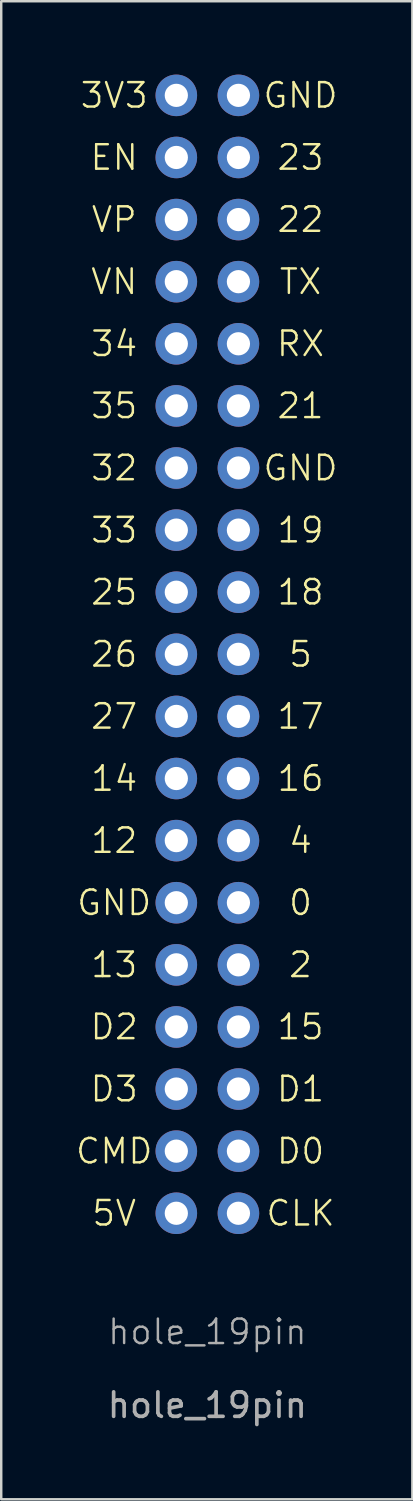
<source format=kicad_pcb>
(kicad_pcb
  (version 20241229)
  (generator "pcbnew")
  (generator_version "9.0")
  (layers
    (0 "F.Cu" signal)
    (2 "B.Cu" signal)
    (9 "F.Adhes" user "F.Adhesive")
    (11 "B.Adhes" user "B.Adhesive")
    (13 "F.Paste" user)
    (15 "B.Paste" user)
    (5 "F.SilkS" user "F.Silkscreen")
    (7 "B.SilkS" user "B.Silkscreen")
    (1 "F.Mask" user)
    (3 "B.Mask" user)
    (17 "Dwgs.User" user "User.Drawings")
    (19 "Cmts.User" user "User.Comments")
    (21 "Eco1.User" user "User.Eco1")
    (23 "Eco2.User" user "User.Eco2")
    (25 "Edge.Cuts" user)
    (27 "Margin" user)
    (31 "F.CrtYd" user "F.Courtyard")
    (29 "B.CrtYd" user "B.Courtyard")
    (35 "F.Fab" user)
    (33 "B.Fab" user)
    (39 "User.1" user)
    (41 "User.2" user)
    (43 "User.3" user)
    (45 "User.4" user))
  (footprint "hole_19pin"
    (layer "F.Cu")
    (at 5.431 23.71)
    (property "Reference" "hole_19pin" (at 0 27.71 0) (unlocked yes) (layer "F.Fab") (effects (font (size 1 1) (thickness 0.1))))
    (attr through_hole)
    (fp_text user "CLK" (at 3.81 22.86 0) (unlocked yes) (layer "F.SilkS") (effects (font (size 1 1) (thickness 0.1))))
    (fp_text user "34" (at -3.81 -12.7 0) (unlocked yes) (layer "F.SilkS") (effects (font (size 1 1) (thickness 0.1))))
    (fp_text user "22" (at 3.81 -17.78 0) (unlocked yes) (layer "F.SilkS") (effects (font (size 1 1) (thickness 0.1))))
    (fp_text user "18" (at 3.81 -2.54 0) (unlocked yes) (layer "F.SilkS") (effects (font (size 1 1) (thickness 0.1))))
    (fp_text user "14" (at -3.81 5.08 0) (unlocked yes) (layer "F.SilkS") (effects (font (size 1 1) (thickness 0.1))))
    (fp_text user "5" (at 3.81 0 0) (unlocked yes) (layer "F.SilkS") (effects (font (size 1 1) (thickness 0.1))))
    (fp_text user "17" (at 3.81 2.54 0) (unlocked yes) (layer "F.SilkS") (effects (font (size 1 1) (thickness 0.1))))
    (fp_text user "33" (at -3.81 -5.08 0) (unlocked yes) (layer "F.SilkS") (effects (font (size 1 1) (thickness 0.1))))
    (fp_text user "0" (at 3.81 10.16 0) (unlocked yes) (layer "F.SilkS") (effects (font (size 1 1) (thickness 0.1))))
    (fp_text user "TX" (at 3.81 -15.24 0) (unlocked yes) (layer "F.SilkS") (effects (font (size 1 1) (thickness 0.1))))
    (fp_text user "D0" (at 3.81 20.32 0) (unlocked yes) (layer "F.SilkS") (effects (font (size 1 1) (thickness 0.1))))
    (fp_text user "12" (at -3.81 7.62 0) (unlocked yes) (layer "F.SilkS") (effects (font (size 1 1) (thickness 0.1))))
    (fp_text user "13" (at -3.81 12.7 0) (unlocked yes) (layer "F.SilkS") (effects (font (size 1 1) (thickness 0.1))))
    (fp_text user "15" (at 3.81 15.24 0) (unlocked yes) (layer "F.SilkS") (effects (font (size 1 1) (thickness 0.1))))
    (fp_text user "26" (at -3.81 0 0) (unlocked yes) (layer "F.SilkS") (effects (font (size 1 1) (thickness 0.1))))
    (fp_text user "GND" (at 3.81 -7.62 0) (unlocked yes) (layer "F.SilkS") (effects (font (size 1 1) (thickness 0.1))))
    (fp_text user "16" (at 3.81 5.08 0) (unlocked yes) (layer "F.SilkS") (effects (font (size 1 1) (thickness 0.1))))
    (fp_text user "27" (at -3.81 2.54 0) (unlocked yes) (layer "F.SilkS") (effects (font (size 1 1) (thickness 0.1))))
    (fp_text user "EN" (at -3.81 -20.32 0) (unlocked yes) (layer "F.SilkS") (effects (font (size 1 1) (thickness 0.1))))
    (fp_text user "D1" (at 3.81 17.78 0) (unlocked yes) (layer "F.SilkS") (effects (font (size 1 1) (thickness 0.1))))
    (fp_text user "GND" (at -3.81 10.16 0) (unlocked yes) (layer "F.SilkS") (effects (font (size 1 1) (thickness 0.1))))
    (fp_text user "VN" (at -3.81 -15.24 0) (unlocked yes) (layer "F.SilkS") (effects (font (size 1 1) (thickness 0.1))))
    (fp_text user "CMD" (at -3.81 20.32 0) (unlocked yes) (layer "F.SilkS") (effects (font (size 1 1) (thickness 0.1))))
    (fp_text user "4" (at 3.81 7.62 0) (unlocked yes) (layer "F.SilkS") (effects (font (size 1 1) (thickness 0.1))))
    (fp_text user "21" (at 3.81 -10.16 0) (unlocked yes) (layer "F.SilkS") (effects (font (size 1 1) (thickness 0.1))))
    (fp_text user "D2" (at -3.81 15.24 0) (unlocked yes) (layer "F.SilkS") (effects (font (size 1 1) (thickness 0.1))))
    (fp_text user "19" (at 3.81 -5.08 0) (unlocked yes) (layer "F.SilkS") (effects (font (size 1 1) (thickness 0.1))))
    (fp_text user "D3" (at -3.81 17.78 0) (unlocked yes) (layer "F.SilkS") (effects (font (size 1 1) (thickness 0.1))))
    (fp_text user "5V" (at -3.81 22.86 0) (unlocked yes) (layer "F.SilkS") (effects (font (size 1 1) (thickness 0.1))))
    (fp_text user "GND" (at 3.81 -22.86 0) (unlocked yes) (layer "F.SilkS") (effects (font (size 1 1) (thickness 0.1))))
    (fp_text user "35" (at -3.81 -10.16 0) (unlocked yes) (layer "F.SilkS") (effects (font (size 1 1) (thickness 0.1))))
    (fp_text user "RX" (at 3.81 -12.7 0) (unlocked yes) (layer "F.SilkS") (effects (font (size 1 1) (thickness 0.1))))
    (fp_text user "25" (at -3.81 -2.54 0) (unlocked yes) (layer "F.SilkS") (effects (font (size 1 1) (thickness 0.1))))
    (fp_text user "VP" (at -3.81 -17.78 0) (unlocked yes) (layer "F.SilkS") (effects (font (size 1 1) (thickness 0.1))))
    (fp_text user "23" (at 3.81 -20.32 0) (unlocked yes) (layer "F.SilkS") (effects (font (size 1 1) (thickness 0.1))))
    (fp_text user "32" (at -3.81 -7.62 0) (unlocked yes) (layer "F.SilkS") (effects (font (size 1 1) (thickness 0.1))))
    (fp_text user "3V3" (at -3.81 -22.86 0) (unlocked yes) (layer "F.SilkS") (effects (font (size 1 1) (thickness 0.1))))
    (fp_text user "2" (at 3.81 12.7 0) (unlocked yes) (layer "F.SilkS") (effects (font (size 1 1) (thickness 0.1))))
    (fp_text user "${REFERENCE}" (at 0 30.71 0) (unlocked yes) (layer "F.Fab") (effects (font (size 1 1) (thickness 0.15))))
    (pad "1" thru_hole circle (at -1.27 -22.86) (size 1.7 1.7) (drill 0.95) (layers "*.Cu" "*.Mask"))
    (pad "2" thru_hole circle (at -1.27 -20.32) (size 1.7 1.7) (drill 0.95) (layers "*.Cu" "*.Mask"))
    (pad "3" thru_hole circle (at -1.27 -17.78) (size 1.7 1.7) (drill 0.95) (layers "*.Cu" "*.Mask"))
    (pad "4" thru_hole circle (at -1.27 -15.24) (size 1.7 1.7) (drill 0.95) (layers "*.Cu" "*.Mask"))
    (pad "5" thru_hole circle (at -1.27 -12.7) (size 1.7 1.7) (drill 0.95) (layers "*.Cu" "*.Mask"))
    (pad "6" thru_hole circle (at -1.27 -10.16) (size 1.7 1.7) (drill 0.95) (layers "*.Cu" "*.Mask"))
    (pad "7" thru_hole circle (at -1.27 -7.62) (size 1.7 1.7) (drill 0.95) (layers "*.Cu" "*.Mask"))
    (pad "8" thru_hole circle (at -1.27 -5.08) (size 1.7 1.7) (drill 0.95) (layers "*.Cu" "*.Mask"))
    (pad "9" thru_hole circle (at -1.27 -2.54) (size 1.7 1.7) (drill 0.95) (layers "*.Cu" "*.Mask"))
    (pad "10" thru_hole circle (at -1.27 0) (size 1.7 1.7) (drill 0.95) (layers "*.Cu" "*.Mask"))
    (pad "11" thru_hole circle (at -1.27 2.54) (size 1.7 1.7) (drill 0.95) (layers "*.Cu" "*.Mask"))
    (pad "12" thru_hole circle (at -1.27 5.08) (size 1.7 1.7) (drill 0.95) (layers "*.Cu" "*.Mask"))
    (pad "13" thru_hole circle (at -1.27 7.62) (size 1.7 1.7) (drill 0.95) (layers "*.Cu" "*.Mask"))
    (pad "14" thru_hole circle (at -1.27 10.16) (size 1.7 1.7) (drill 0.95) (layers "*.Cu" "*.Mask"))
    (pad "15" thru_hole circle (at -1.27 12.7) (size 1.7 1.7) (drill 0.95) (layers "*.Cu" "*.Mask"))
    (pad "16" thru_hole circle (at -1.27 15.24) (size 1.7 1.7) (drill 0.95) (layers "*.Cu" "*.Mask"))
    (pad "17" thru_hole circle (at -1.27 17.78) (size 1.7 1.7) (drill 0.95) (layers "*.Cu" "*.Mask"))
    (pad "18" thru_hole circle (at -1.27 20.32) (size 1.7 1.7) (drill 0.95) (layers "*.Cu" "*.Mask"))
    (pad "19" thru_hole circle (at -1.27 22.86) (size 1.7 1.7) (drill 0.95) (layers "*.Cu" "*.Mask"))
    (pad "20" thru_hole circle (at 1.27 22.86) (size 1.7 1.7) (drill 0.95) (layers "*.Cu" "*.Mask"))
    (pad "21" thru_hole circle (at 1.27 20.32) (size 1.7 1.7) (drill 0.95) (layers "*.Cu" "*.Mask"))
    (pad "22" thru_hole circle (at 1.27 17.78) (size 1.7 1.7) (drill 0.95) (layers "*.Cu" "*.Mask"))
    (pad "23" thru_hole circle (at 1.27 15.24) (size 1.7 1.7) (drill 0.95) (layers "*.Cu" "*.Mask"))
    (pad "24" thru_hole circle (at 1.27 12.7) (size 1.7 1.7) (drill 0.95) (layers "*.Cu" "*.Mask"))
    (pad "25" thru_hole circle (at 1.27 10.16) (size 1.7 1.7) (drill 0.95) (layers "*.Cu" "*.Mask"))
    (pad "26" thru_hole circle (at 1.27 7.62) (size 1.7 1.7) (drill 0.95) (layers "*.Cu" "*.Mask"))
    (pad "27" thru_hole circle (at 1.27 5.08) (size 1.7 1.7) (drill 0.95) (layers "*.Cu" "*.Mask"))
    (pad "28" thru_hole circle (at 1.27 2.54) (size 1.7 1.7) (drill 0.95) (layers "*.Cu" "*.Mask"))
    (pad "29" thru_hole circle (at 1.27 0) (size 1.7 1.7) (drill 0.95) (layers "*.Cu" "*.Mask"))
    (pad "30" thru_hole circle (at 1.27 -2.54) (size 1.7 1.7) (drill 0.95) (layers "*.Cu" "*.Mask"))
    (pad "31" thru_hole circle (at 1.27 -5.08) (size 1.7 1.7) (drill 0.95) (layers "*.Cu" "*.Mask"))
    (pad "32" thru_hole circle (at 1.27 -7.62) (size 1.7 1.7) (drill 0.95) (layers "*.Cu" "*.Mask"))
    (pad "33" thru_hole circle (at 1.27 -10.16) (size 1.7 1.7) (drill 0.95) (layers "*.Cu" "*.Mask"))
    (pad "34" thru_hole circle (at 1.27 -12.7) (size 1.7 1.7) (drill 0.95) (layers "*.Cu" "*.Mask"))
    (pad "35" thru_hole circle (at 1.27 -15.24) (size 1.7 1.7) (drill 0.95) (layers "*.Cu" "*.Mask"))
    (pad "36" thru_hole circle (at 1.27 -17.78) (size 1.7 1.7) (drill 0.95) (layers "*.Cu" "*.Mask"))
    (pad "37" thru_hole circle (at 1.27 -20.32) (size 1.7 1.7) (drill 0.95) (layers "*.Cu" "*.Mask"))
    (pad "38" thru_hole circle (at 1.27 -22.86) (size 1.7 1.7) (drill 0.95) (layers "*.Cu" "*.Mask")))
  (gr_rect
    (start -3 -3)
    (end 13.815 58.268)
    (stroke (width 0.1) (type default))
    (fill no)
    (layer "Edge.Cuts")))
</source>
